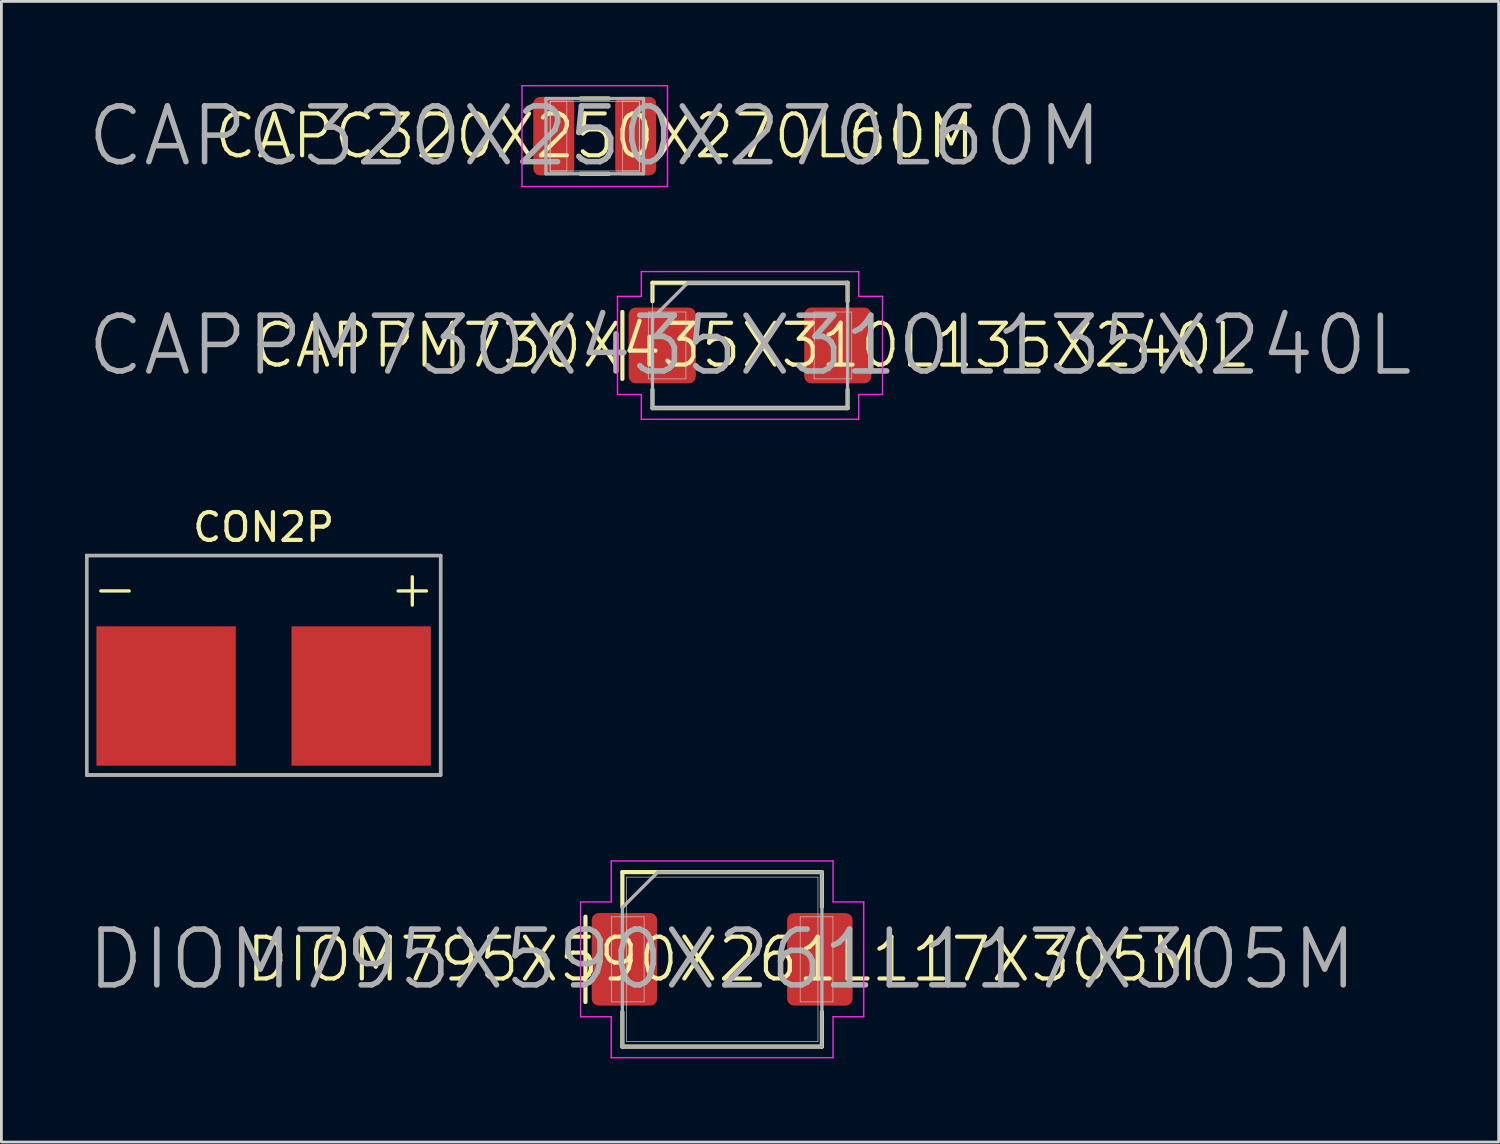
<source format=kicad_pcb>
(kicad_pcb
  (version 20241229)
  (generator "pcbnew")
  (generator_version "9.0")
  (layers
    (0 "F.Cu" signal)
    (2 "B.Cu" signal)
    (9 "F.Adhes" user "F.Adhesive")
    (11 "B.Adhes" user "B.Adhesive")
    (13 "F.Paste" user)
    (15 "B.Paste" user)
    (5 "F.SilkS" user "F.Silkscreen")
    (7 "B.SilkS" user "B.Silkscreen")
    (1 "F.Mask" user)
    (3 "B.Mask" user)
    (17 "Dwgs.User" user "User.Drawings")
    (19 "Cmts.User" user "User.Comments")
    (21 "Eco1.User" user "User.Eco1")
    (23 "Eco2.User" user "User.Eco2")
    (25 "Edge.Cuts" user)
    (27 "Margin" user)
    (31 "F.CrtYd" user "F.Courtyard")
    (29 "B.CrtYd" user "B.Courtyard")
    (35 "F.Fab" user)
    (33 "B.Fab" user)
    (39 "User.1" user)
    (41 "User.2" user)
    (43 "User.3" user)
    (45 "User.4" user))
  (footprint "CAPC320X250X270L60M"
    (layer "F.Cu")
    (at 18.29 1.835)
    (property "Reference" "CAPC320X250X270L60M" (at 0 0 0) (layer "F.SilkS") (effects (font (size 1.5 1.5) (thickness 0.15))))
    (attr smd)
    (fp_line (start -0.51 -1.35) (end 0.51 -1.35) (stroke (width 0.15) (type solid)) (layer "F.SilkS"))
    (fp_line (start -0.51 1.35) (end 0.51 1.35) (stroke (width 0.15) (type solid)) (layer "F.SilkS"))
    (fp_line (start -1.6 -1.25) (end -1 -1.25) (stroke (width 0.025) (type solid)) (layer "Dwgs.User"))
    (fp_line (start -1.6 -1.25) (end 1.6 -1.25) (stroke (width 0.025) (type solid)) (layer "Dwgs.User"))
    (fp_line (start -1.6 1.25) (end -1.6 -1.25) (stroke (width 0.025) (type solid)) (layer "Dwgs.User"))
    (fp_line (start -1.6 1.25) (end -1.6 -1.25) (stroke (width 0.025) (type solid)) (layer "Dwgs.User"))
    (fp_line (start -1 -1.25) (end -1 1.25) (stroke (width 0.025) (type solid)) (layer "Dwgs.User"))
    (fp_line (start -1 1.25) (end -1.6 1.25) (stroke (width 0.025) (type solid)) (layer "Dwgs.User"))
    (fp_line (start 1 -1.25) (end 1.6 -1.25) (stroke (width 0.025) (type solid)) (layer "Dwgs.User"))
    (fp_line (start 1 1.25) (end 1 -1.25) (stroke (width 0.025) (type solid)) (layer "Dwgs.User"))
    (fp_line (start 1.6 -1.25) (end 1.6 1.25) (stroke (width 0.025) (type solid)) (layer "Dwgs.User"))
    (fp_line (start 1.6 -1.25) (end 1.6 1.25) (stroke (width 0.025) (type solid)) (layer "Dwgs.User"))
    (fp_line (start 1.6 1.25) (end -1.6 1.25) (stroke (width 0.025) (type solid)) (layer "Dwgs.User"))
    (fp_line (start 1.6 1.25) (end 1 1.25) (stroke (width 0.025) (type solid)) (layer "Dwgs.User"))
    (fp_line (start -2.61 -1.81) (end 2.61 -1.81) (stroke (width 0.05) (type solid)) (layer "F.CrtYd"))
    (fp_line (start -2.61 1.81) (end -2.61 -1.81) (stroke (width 0.05) (type solid)) (layer "F.CrtYd"))
    (fp_line (start 2.61 -1.81) (end 2.61 1.81) (stroke (width 0.05) (type solid)) (layer "F.CrtYd"))
    (fp_line (start 2.61 1.81) (end -2.61 1.81) (stroke (width 0.05) (type solid)) (layer "F.CrtYd"))
    (fp_line (start -1.75 -1.35) (end 1.75 -1.35) (stroke (width 0.12) (type solid)) (layer "F.Fab"))
    (fp_line (start -1.75 1.35) (end -1.75 -1.35) (stroke (width 0.12) (type solid)) (layer "F.Fab"))
    (fp_line (start 1.75 -1.35) (end 1.75 1.35) (stroke (width 0.12) (type solid)) (layer "F.Fab"))
    (fp_line (start 1.75 1.35) (end -1.75 1.35) (stroke (width 0.12) (type solid)) (layer "F.Fab"))
    (fp_text user "${REFERENCE}" (at 0 0 0) (layer "F.Fab") (effects (font (size 2 2) (thickness 0.2))))
    (pad "1" smd roundrect (at -1.47 0) (size 1.47 2.82) (layers "F.Cu" "F.Mask" "F.Paste") (roundrect_rratio 0.17))
    (pad "2" smd roundrect (at 1.47 0) (size 1.47 2.82) (layers "F.Cu" "F.Mask" "F.Paste") (roundrect_rratio 0.17)))
  (footprint "CON2P"
    (layer "F.Cu")
    (at 6.41 19.424)
    (property "Reference" "CON2P" (at 0 -3.556 0) (layer "F.SilkS") (effects (font (size 1 1) (thickness 0.15))))
    (attr through_hole)
    (fp_line (start -6.35 -2.54) (end 6.35 -2.54) (stroke (width 0.12) (type solid)) (layer "F.SilkS"))
    (fp_line (start -6.35 5.334) (end -6.35 -2.54) (stroke (width 0.12) (type solid)) (layer "F.SilkS"))
    (fp_line (start -4.826 -1.27) (end -5.842 -1.27) (stroke (width 0.12) (type solid)) (layer "F.SilkS"))
    (fp_line (start 4.826 -1.27) (end 5.842 -1.27) (stroke (width 0.12) (type solid)) (layer "F.SilkS"))
    (fp_line (start 5.334 -1.778) (end 5.334 -0.762) (stroke (width 0.12) (type solid)) (layer "F.SilkS"))
    (fp_line (start 6.35 -2.54) (end 6.35 5.334) (stroke (width 0.12) (type solid)) (layer "F.SilkS"))
    (fp_line (start 6.35 5.334) (end -6.35 5.334) (stroke (width 0.12) (type solid)) (layer "F.SilkS"))
    (fp_line (start -6.35 -2.54) (end -6.35 5.334) (stroke (width 0.12) (type solid)) (layer "F.Fab"))
    (fp_line (start -6.35 5.334) (end 6.35 5.334) (stroke (width 0.12) (type solid)) (layer "F.Fab"))
    (fp_line (start 6.35 -2.54) (end -6.35 -2.54) (stroke (width 0.12) (type solid)) (layer "F.Fab"))
    (fp_line (start 6.35 5.334) (end 6.35 -2.54) (stroke (width 0.12) (type solid)) (layer "F.Fab"))
    (pad "1" connect rect (at 3.5 2.5) (size 5 5) (layers "F.Cu" "F.Mask"))
    (pad "2" connect rect (at -3.5 2.5) (size 5 5) (layers "F.Cu" "F.Mask")))
  (footprint "DIOM795X590X261L117X305M"
    (layer "F.Cu")
    (at 22.862 31.373)
    (property "Reference" "DIOM795X590X261L117X305M" (at 0 0 0) (layer "F.SilkS") (effects (font (size 1.5 1.5) (thickness 0.15))))
    (attr smd)
    (fp_line (start -4.905 1.53) (end -4.905 -1.53) (stroke (width 0.15) (type solid)) (layer "F.SilkS"))
    (fp_line (start -3.58 -3.13) (end 3.58 -3.13) (stroke (width 0.15) (type solid)) (layer "F.SilkS"))
    (fp_line (start -3.58 -1.885) (end -3.58 -3.13) (stroke (width 0.15) (type solid)) (layer "F.SilkS"))
    (fp_line (start -3.58 3.13) (end -3.58 1.885) (stroke (width 0.15) (type solid)) (layer "F.SilkS"))
    (fp_line (start 3.58 -3.13) (end 3.58 -1.885) (stroke (width 0.15) (type solid)) (layer "F.SilkS"))
    (fp_line (start 3.58 1.885) (end 3.58 3.13) (stroke (width 0.15) (type solid)) (layer "F.SilkS"))
    (fp_line (start 3.58 3.13) (end -3.58 3.13) (stroke (width 0.15) (type solid)) (layer "F.SilkS"))
    (fp_line (start -3.975 -1.525) (end -2.8 -1.525) (stroke (width 0.025) (type solid)) (layer "Dwgs.User"))
    (fp_line (start -3.975 1.525) (end -3.975 -1.525) (stroke (width 0.025) (type solid)) (layer "Dwgs.User"))
    (fp_line (start -3.438 -2.95) (end 3.438 -2.95) (stroke (width 0.025) (type solid)) (layer "Dwgs.User"))
    (fp_line (start -3.438 2.95) (end -3.438 -2.95) (stroke (width 0.025) (type solid)) (layer "Dwgs.User"))
    (fp_line (start -2.8 -1.525) (end -2.8 1.525) (stroke (width 0.025) (type solid)) (layer "Dwgs.User"))
    (fp_line (start -2.8 1.525) (end -3.975 1.525) (stroke (width 0.025) (type solid)) (layer "Dwgs.User"))
    (fp_line (start 2.8 -1.525) (end 3.975 -1.525) (stroke (width 0.025) (type solid)) (layer "Dwgs.User"))
    (fp_line (start 2.8 1.525) (end 2.8 -1.525) (stroke (width 0.025) (type solid)) (layer "Dwgs.User"))
    (fp_line (start 3.438 -2.95) (end 3.438 2.95) (stroke (width 0.025) (type solid)) (layer "Dwgs.User"))
    (fp_line (start 3.438 2.95) (end -3.438 2.95) (stroke (width 0.025) (type solid)) (layer "Dwgs.User"))
    (fp_line (start 3.975 -1.525) (end 3.975 1.525) (stroke (width 0.025) (type solid)) (layer "Dwgs.User"))
    (fp_line (start 3.975 1.525) (end 2.8 1.525) (stroke (width 0.025) (type solid)) (layer "Dwgs.User"))
    (fp_line (start -5.08 -2.06) (end -5.08 2.06) (stroke (width 0.05) (type solid)) (layer "F.CrtYd"))
    (fp_line (start -5.08 2.06) (end -3.98 2.06) (stroke (width 0.05) (type solid)) (layer "F.CrtYd"))
    (fp_line (start -3.98 -3.53) (end -3.98 -2.06) (stroke (width 0.05) (type solid)) (layer "F.CrtYd"))
    (fp_line (start -3.98 -2.06) (end -5.08 -2.06) (stroke (width 0.05) (type solid)) (layer "F.CrtYd"))
    (fp_line (start -3.98 2.06) (end -3.98 3.53) (stroke (width 0.05) (type solid)) (layer "F.CrtYd"))
    (fp_line (start -3.98 3.53) (end 3.98 3.53) (stroke (width 0.05) (type solid)) (layer "F.CrtYd"))
    (fp_line (start 3.98 -3.53) (end -3.98 -3.53) (stroke (width 0.05) (type solid)) (layer "F.CrtYd"))
    (fp_line (start 3.98 -2.06) (end 3.98 -3.53) (stroke (width 0.05) (type solid)) (layer "F.CrtYd"))
    (fp_line (start 3.98 2.06) (end 5.08 2.06) (stroke (width 0.05) (type solid)) (layer "F.CrtYd"))
    (fp_line (start 3.98 3.53) (end 3.98 2.06) (stroke (width 0.05) (type solid)) (layer "F.CrtYd"))
    (fp_line (start 5.08 -2.06) (end 3.98 -2.06) (stroke (width 0.05) (type solid)) (layer "F.CrtYd"))
    (fp_line (start 5.08 2.06) (end 5.08 -2.06) (stroke (width 0.05) (type solid)) (layer "F.CrtYd"))
    (fp_line (start -3.58 -1.86) (end -2.31 -3.13) (stroke (width 0.12) (type solid)) (layer "F.Fab"))
    (fp_line (start -3.58 3.13) (end -3.58 -1.86) (stroke (width 0.12) (type solid)) (layer "F.Fab"))
    (fp_line (start -2.31 -3.13) (end 3.58 -3.13) (stroke (width 0.12) (type solid)) (layer "F.Fab"))
    (fp_line (start 3.58 -3.13) (end 3.58 3.13) (stroke (width 0.12) (type solid)) (layer "F.Fab"))
    (fp_line (start 3.58 3.13) (end -3.58 3.13) (stroke (width 0.12) (type solid)) (layer "F.Fab"))
    (fp_text user "${REFERENCE}" (at 0 0 0) (layer "F.Fab") (effects (font (size 2 2) (thickness 0.2))))
    (pad "1" smd roundrect (at -3.505 0) (size 2.35 3.32) (layers "F.Cu" "F.Mask" "F.Paste") (roundrect_rratio 0.106))
    (pad "2" smd roundrect (at 3.505 0) (size 2.35 3.32) (layers "F.Cu" "F.Mask" "F.Paste") (roundrect_rratio 0.106)))
  (footprint "CAPPM730X435X310L135X240L"
    (layer "F.Cu")
    (at 23.862 9.345)
    (property "Reference" "CAPPM730X435X310L135X240L" (at 0 0 0) (layer "F.SilkS") (effects (font (size 1.5 1.5) (thickness 0.15))))
    (attr smd)
    (fp_line (start -4.58 1.2) (end -4.58 -1.2) (stroke (width 0.15) (type solid)) (layer "F.SilkS"))
    (fp_line (start -3.5 -2.25) (end 3.5 -2.25) (stroke (width 0.15) (type solid)) (layer "F.SilkS"))
    (fp_line (start -3.5 -1.585) (end -3.5 -2.25) (stroke (width 0.15) (type solid)) (layer "F.SilkS"))
    (fp_line (start -3.5 2.25) (end -3.5 1.585) (stroke (width 0.15) (type solid)) (layer "F.SilkS"))
    (fp_line (start 3.5 -2.25) (end 3.5 -1.585) (stroke (width 0.15) (type solid)) (layer "F.SilkS"))
    (fp_line (start 3.5 1.585) (end 3.5 2.25) (stroke (width 0.15) (type solid)) (layer "F.SilkS"))
    (fp_line (start 3.5 2.25) (end -3.5 2.25) (stroke (width 0.15) (type solid)) (layer "F.SilkS"))
    (fp_line (start -3.65 -1.2) (end -2.3 -1.2) (stroke (width 0.025) (type solid)) (layer "Dwgs.User"))
    (fp_line (start -3.65 1.2) (end -3.65 -1.2) (stroke (width 0.025) (type solid)) (layer "Dwgs.User"))
    (fp_line (start -3.5 -2.175) (end 3.5 -2.175) (stroke (width 0.025) (type solid)) (layer "Dwgs.User"))
    (fp_line (start -3.5 2.175) (end -3.5 -2.175) (stroke (width 0.025) (type solid)) (layer "Dwgs.User"))
    (fp_line (start -2.3 -1.2) (end -2.3 1.2) (stroke (width 0.025) (type solid)) (layer "Dwgs.User"))
    (fp_line (start -2.3 1.2) (end -3.65 1.2) (stroke (width 0.025) (type solid)) (layer "Dwgs.User"))
    (fp_line (start 2.3 -1.2) (end 3.65 -1.2) (stroke (width 0.025) (type solid)) (layer "Dwgs.User"))
    (fp_line (start 2.3 1.2) (end 2.3 -1.2) (stroke (width 0.025) (type solid)) (layer "Dwgs.User"))
    (fp_line (start 3.5 -2.175) (end 3.5 2.175) (stroke (width 0.025) (type solid)) (layer "Dwgs.User"))
    (fp_line (start 3.5 2.175) (end -3.5 2.175) (stroke (width 0.025) (type solid)) (layer "Dwgs.User"))
    (fp_line (start 3.65 -1.2) (end 3.65 1.2) (stroke (width 0.025) (type solid)) (layer "Dwgs.User"))
    (fp_line (start 3.65 1.2) (end 2.3 1.2) (stroke (width 0.025) (type solid)) (layer "Dwgs.User"))
    (fp_line (start -4.755 -1.76) (end -4.755 1.76) (stroke (width 0.05) (type solid)) (layer "F.CrtYd"))
    (fp_line (start -4.755 1.76) (end -3.9 1.76) (stroke (width 0.05) (type solid)) (layer "F.CrtYd"))
    (fp_line (start -3.9 -2.65) (end -3.9 -1.76) (stroke (width 0.05) (type solid)) (layer "F.CrtYd"))
    (fp_line (start -3.9 -1.76) (end -4.755 -1.76) (stroke (width 0.05) (type solid)) (layer "F.CrtYd"))
    (fp_line (start -3.9 1.76) (end -3.9 2.65) (stroke (width 0.05) (type solid)) (layer "F.CrtYd"))
    (fp_line (start -3.9 2.65) (end 3.9 2.65) (stroke (width 0.05) (type solid)) (layer "F.CrtYd"))
    (fp_line (start 3.9 -2.65) (end -3.9 -2.65) (stroke (width 0.05) (type solid)) (layer "F.CrtYd"))
    (fp_line (start 3.9 -1.76) (end 3.9 -2.65) (stroke (width 0.05) (type solid)) (layer "F.CrtYd"))
    (fp_line (start 3.9 1.76) (end 4.755 1.76) (stroke (width 0.05) (type solid)) (layer "F.CrtYd"))
    (fp_line (start 3.9 2.65) (end 3.9 1.76) (stroke (width 0.05) (type solid)) (layer "F.CrtYd"))
    (fp_line (start 4.755 -1.76) (end 3.9 -1.76) (stroke (width 0.05) (type solid)) (layer "F.CrtYd"))
    (fp_line (start 4.755 1.76) (end 4.755 -1.76) (stroke (width 0.05) (type solid)) (layer "F.CrtYd"))
    (fp_line (start -3.5 -0.98) (end -2.23 -2.25) (stroke (width 0.12) (type solid)) (layer "F.Fab"))
    (fp_line (start -3.5 2.25) (end -3.5 -0.98) (stroke (width 0.12) (type solid)) (layer "F.Fab"))
    (fp_line (start -2.23 -2.25) (end 3.5 -2.25) (stroke (width 0.12) (type solid)) (layer "F.Fab"))
    (fp_line (start 3.5 -2.25) (end 3.5 2.25) (stroke (width 0.12) (type solid)) (layer "F.Fab"))
    (fp_line (start 3.5 2.25) (end -3.5 2.25) (stroke (width 0.12) (type solid)) (layer "F.Fab"))
    (fp_text user "${REFERENCE}" (at 0 0 0) (layer "F.Fab") (effects (font (size 2 2) (thickness 0.2))))
    (pad "1" smd roundrect (at -3.15 0) (size 2.41 2.72) (layers "F.Cu" "F.Mask" "F.Paste") (roundrect_rratio 0.104))
    (pad "2" smd roundrect (at 3.15 0) (size 2.41 2.72) (layers "F.Cu" "F.Mask" "F.Paste") (roundrect_rratio 0.104)))
  (gr_rect
    (start -3 -3)
    (end 50.724 37.928)
    (stroke (width 0.1) (type default))
    (fill no)
    (layer "Edge.Cuts")))
</source>
